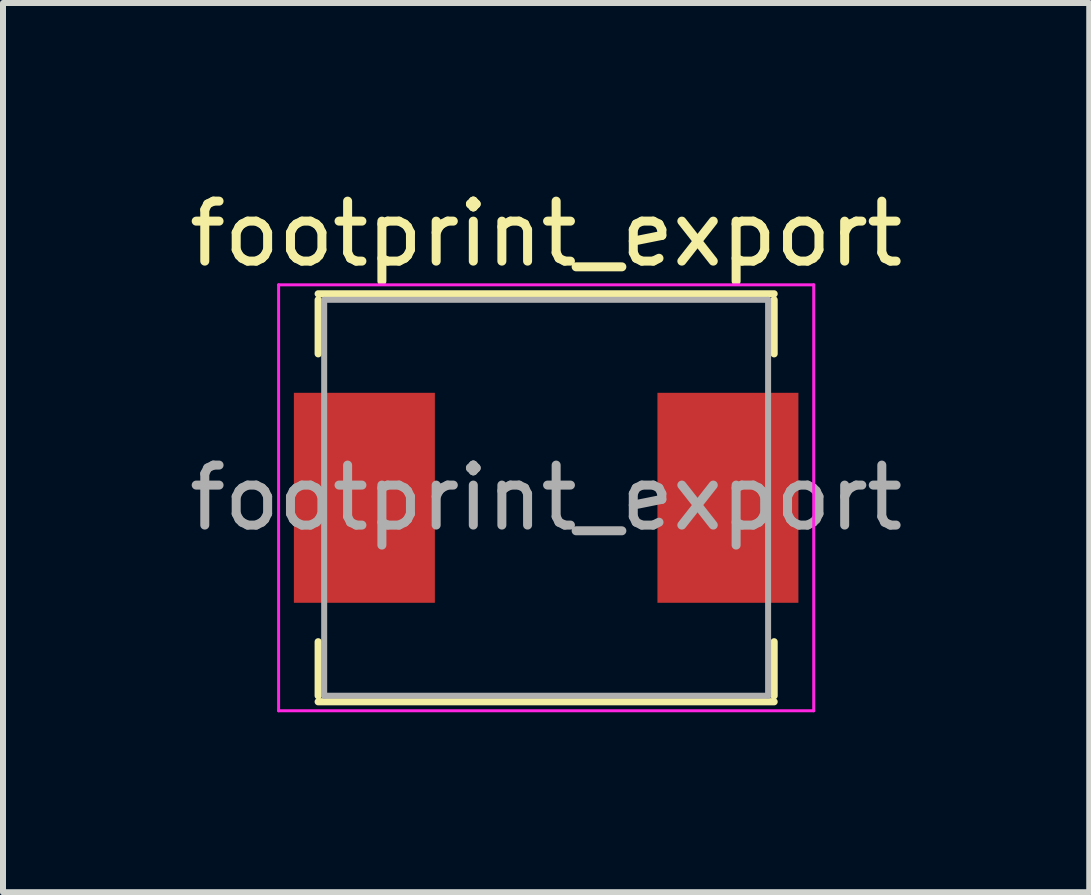
<source format=kicad_pcb>
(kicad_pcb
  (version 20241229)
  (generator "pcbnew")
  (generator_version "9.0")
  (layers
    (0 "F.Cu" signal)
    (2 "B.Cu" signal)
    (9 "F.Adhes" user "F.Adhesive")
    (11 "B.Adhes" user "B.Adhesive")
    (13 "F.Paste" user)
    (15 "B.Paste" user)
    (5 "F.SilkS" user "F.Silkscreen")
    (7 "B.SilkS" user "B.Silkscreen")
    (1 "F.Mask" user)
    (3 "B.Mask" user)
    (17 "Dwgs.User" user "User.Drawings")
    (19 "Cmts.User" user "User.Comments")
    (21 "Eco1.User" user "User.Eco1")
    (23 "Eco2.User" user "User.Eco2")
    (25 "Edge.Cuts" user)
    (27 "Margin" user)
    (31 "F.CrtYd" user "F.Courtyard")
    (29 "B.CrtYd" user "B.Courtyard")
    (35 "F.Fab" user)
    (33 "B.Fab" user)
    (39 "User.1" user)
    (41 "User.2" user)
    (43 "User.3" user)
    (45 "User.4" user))
  (footprint "footprint_export"
    (layer "F.Cu")
    (at 6.054 5.248)
    (property "Reference" "footprint_export" (at 0 -4.4 0) (layer "F.SilkS") (effects (font (size 1 1) (thickness 0.15))))
    (attr smd)
    (fp_line (start -3.8 -3.3) (end -3.8 -2.4) (stroke (width 0.12) (type solid)) (layer "F.SilkS"))
    (fp_line (start -3.8 2.4) (end -3.8 3.3) (stroke (width 0.12) (type solid)) (layer "F.SilkS"))
    (fp_line (start -3.8 3.4) (end 3.8 3.4) (stroke (width 0.12) (type solid)) (layer "F.SilkS"))
    (fp_line (start 3.8 -3.4) (end -3.8 -3.4) (stroke (width 0.12) (type solid)) (layer "F.SilkS"))
    (fp_line (start 3.8 -2.4) (end 3.8 -3.3) (stroke (width 0.12) (type solid)) (layer "F.SilkS"))
    (fp_line (start 3.8 3.3) (end 3.8 2.4) (stroke (width 0.12) (type solid)) (layer "F.SilkS"))
    (fp_line (start -4.46 -3.55) (end -4.46 3.55) (stroke (width 0.05) (type solid)) (layer "F.CrtYd"))
    (fp_line (start -4.46 -3.55) (end 4.46 -3.55) (stroke (width 0.05) (type solid)) (layer "F.CrtYd"))
    (fp_line (start 4.46 3.55) (end -4.46 3.55) (stroke (width 0.05) (type solid)) (layer "F.CrtYd"))
    (fp_line (start 4.46 3.55) (end 4.46 -3.55) (stroke (width 0.05) (type solid)) (layer "F.CrtYd"))
    (fp_line (start -3.7 -3.3) (end -3.7 3.3) (stroke (width 0.1) (type solid)) (layer "F.Fab"))
    (fp_line (start -3.7 3.3) (end 3.7 3.3) (stroke (width 0.1) (type solid)) (layer "F.Fab"))
    (fp_line (start 3.7 -3.3) (end -3.7 -3.3) (stroke (width 0.1) (type solid)) (layer "F.Fab"))
    (fp_line (start 3.7 3.3) (end 3.7 -3.3) (stroke (width 0.1) (type solid)) (layer "F.Fab"))
    (fp_text user "${REFERENCE}" (at 0 0 0) (layer "F.Fab") (effects (font (size 1 1) (thickness 0.15))))
    (pad "1" smd rect (at -3.03 0) (size 2.35 3.5) (layers "F.Cu" "F.Mask" "F.Paste"))
    (pad "2" smd rect (at 3.03 0) (size 2.35 3.5) (layers "F.Cu" "F.Mask" "F.Paste")))
  (gr_rect
    (start -3 -3)
    (end 15.107 11.823)
    (stroke (width 0.1) (type default))
    (fill no)
    (layer "Edge.Cuts")))
</source>
